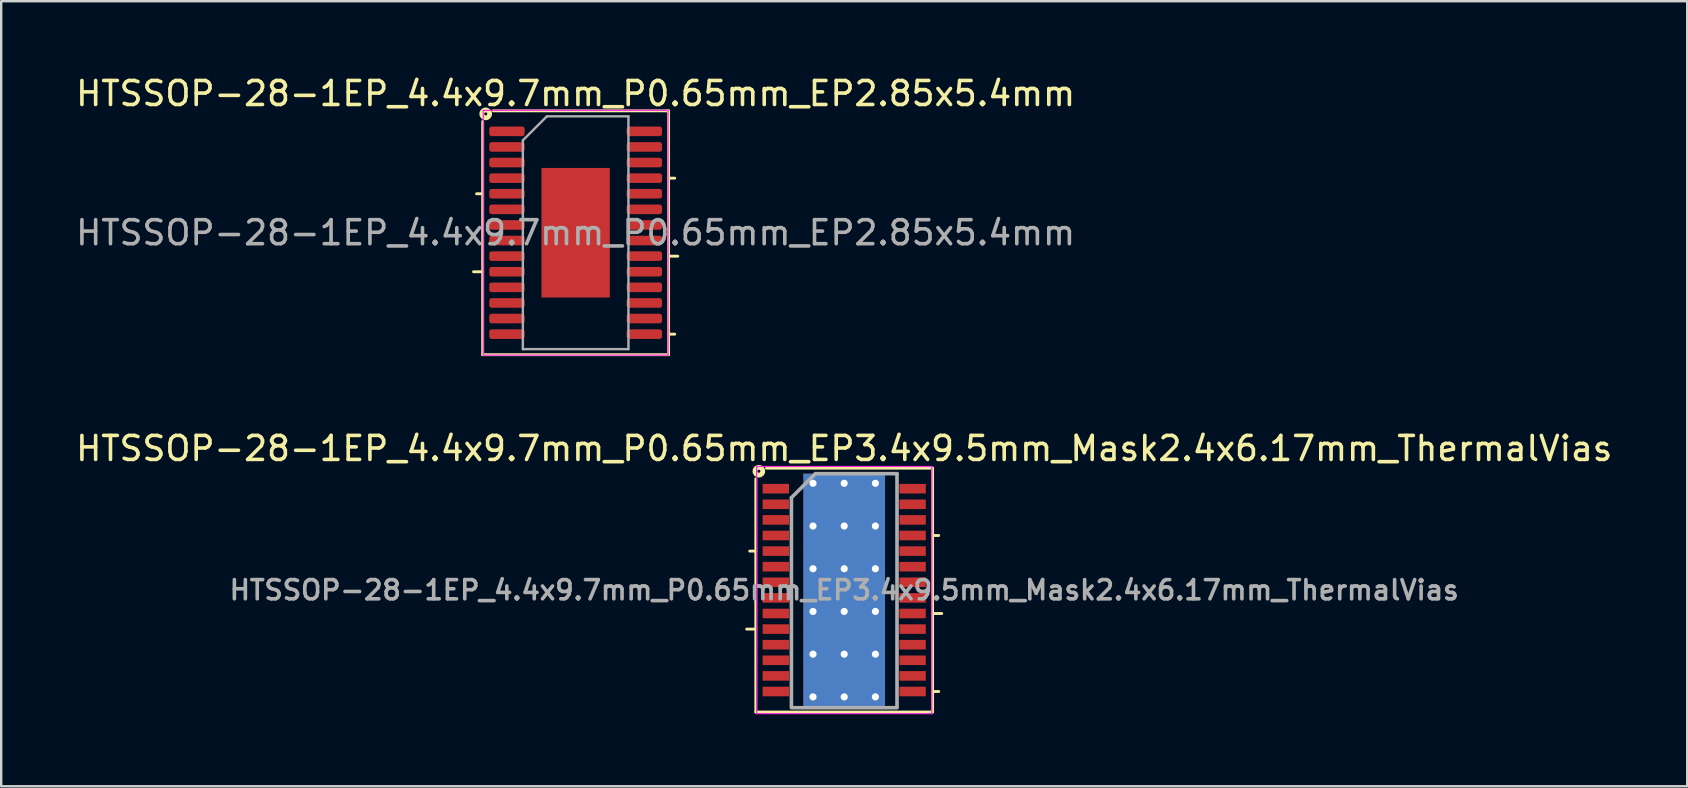
<source format=kicad_pcb>
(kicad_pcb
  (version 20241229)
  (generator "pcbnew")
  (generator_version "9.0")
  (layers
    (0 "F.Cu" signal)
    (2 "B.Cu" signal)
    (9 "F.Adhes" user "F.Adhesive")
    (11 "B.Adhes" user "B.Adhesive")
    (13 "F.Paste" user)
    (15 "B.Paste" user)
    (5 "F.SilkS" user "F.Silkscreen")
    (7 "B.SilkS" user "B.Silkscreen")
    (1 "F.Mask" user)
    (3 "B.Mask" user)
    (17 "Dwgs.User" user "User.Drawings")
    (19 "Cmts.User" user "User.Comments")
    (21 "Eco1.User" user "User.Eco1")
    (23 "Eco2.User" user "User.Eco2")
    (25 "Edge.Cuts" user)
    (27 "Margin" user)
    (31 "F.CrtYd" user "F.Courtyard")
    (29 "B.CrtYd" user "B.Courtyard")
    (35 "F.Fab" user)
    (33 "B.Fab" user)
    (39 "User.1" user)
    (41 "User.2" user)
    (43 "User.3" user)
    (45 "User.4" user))
  (footprint "HTSSOP-28-1EP_4.4x9.7mm_P0.65mm_EP3.4x9.5mm_Mask2.4x6.17mm_ThermalVias"
    (layer "F.Cu")
    (at 32.125 21.537)
    (property "Reference" "HTSSOP-28-1EP_4.4x9.7mm_P0.65mm_EP3.4x9.5mm_Mask2.4x6.17mm_ThermalVias" (at 0 -5.9 0) (layer "F.SilkS") (effects (font (size 1 1) (thickness 0.15))))
    (attr smd)
    (fp_line (start -3.683 -1.625) (end -3.937 -1.625) (stroke (width 0.12) (type solid)) (layer "F.SilkS"))
    (fp_line (start -3.683 1.625) (end -4.064 1.625) (stroke (width 0.12) (type solid)) (layer "F.SilkS"))
    (fp_line (start -3.683 5.08) (end -3.683 -4.636) (stroke (width 0.12) (type solid)) (layer "F.SilkS"))
    (fp_line (start -3.239 -5.08) (end 3.683 -5.08) (stroke (width 0.12) (type solid)) (layer "F.SilkS"))
    (fp_line (start 3.683 -5.08) (end 3.683 5.08) (stroke (width 0.12) (type solid)) (layer "F.SilkS"))
    (fp_line (start 3.683 -2.275) (end 3.937 -2.275) (stroke (width 0.12) (type solid)) (layer "F.SilkS"))
    (fp_line (start 3.683 0.975) (end 4.064 0.975) (stroke (width 0.12) (type solid)) (layer "F.SilkS"))
    (fp_line (start 3.683 4.225) (end 3.937 4.225) (stroke (width 0.12) (type solid)) (layer "F.SilkS"))
    (fp_line (start 3.683 5.08) (end -3.683 5.08) (stroke (width 0.12) (type solid)) (layer "F.SilkS"))
    (fp_circle (center -3.556 -4.953) (end -3.493 -4.953) (stroke (width 0.2) (type solid)) (fill no) (layer "F.SilkS"))
    (fp_line (start -3.65 -5.15) (end -3.65 5.15) (stroke (width 0.05) (type solid)) (layer "F.CrtYd"))
    (fp_line (start -3.65 -5.15) (end 3.65 -5.15) (stroke (width 0.05) (type solid)) (layer "F.CrtYd"))
    (fp_line (start -3.65 5.15) (end 3.65 5.15) (stroke (width 0.05) (type solid)) (layer "F.CrtYd"))
    (fp_line (start 3.65 -5.15) (end 3.65 5.15) (stroke (width 0.05) (type solid)) (layer "F.CrtYd"))
    (fp_line (start -2.2 -3.85) (end -1.2 -4.85) (stroke (width 0.15) (type solid)) (layer "F.Fab"))
    (fp_line (start -2.2 4.85) (end -2.2 -3.85) (stroke (width 0.15) (type solid)) (layer "F.Fab"))
    (fp_line (start -1.2 -4.85) (end 2.2 -4.85) (stroke (width 0.15) (type solid)) (layer "F.Fab"))
    (fp_line (start 2.2 -4.85) (end 2.2 4.85) (stroke (width 0.15) (type solid)) (layer "F.Fab"))
    (fp_line (start 2.2 4.901) (end -2.2 4.901) (stroke (width 0.15) (type solid)) (layer "F.Fab"))
    (fp_text user "${REFERENCE}" (at 0 0 0) (layer "F.Fab") (effects (font (size 0.8 0.8) (thickness 0.15))))
    (pad "" smd rect (at -0.6 -1.78) (size 0.9 1.4) (layers "F.Paste"))
    (pad "" smd rect (at -0.6 0) (size 0.9 1.4) (layers "F.Paste"))
    (pad "" smd rect (at -0.6 1.78) (size 0.9 1.4) (layers "F.Paste"))
    (pad "" smd rect (at 0 0) (size 2.4 6.17) (layers "F.Mask"))
    (pad "" smd rect (at 0.6 -1.78) (size 0.9 1.4) (layers "F.Paste"))
    (pad "" smd rect (at 0.6 0) (size 0.9 1.4) (layers "F.Paste"))
    (pad "" smd rect (at 0.6 1.78) (size 0.9 1.4) (layers "F.Paste"))
    (pad "1" smd rect (at -2.85 -4.225) (size 1.1 0.4) (layers "F.Cu" "F.Mask" "F.Paste"))
    (pad "2" smd rect (at -2.85 -3.575) (size 1.1 0.4) (layers "F.Cu" "F.Mask" "F.Paste"))
    (pad "3" smd rect (at -2.85 -2.925) (size 1.1 0.4) (layers "F.Cu" "F.Mask" "F.Paste"))
    (pad "4" smd rect (at -2.85 -2.275) (size 1.1 0.4) (layers "F.Cu" "F.Mask" "F.Paste"))
    (pad "5" smd rect (at -2.85 -1.625) (size 1.1 0.4) (layers "F.Cu" "F.Mask" "F.Paste"))
    (pad "6" smd rect (at -2.85 -0.975) (size 1.1 0.4) (layers "F.Cu" "F.Mask" "F.Paste"))
    (pad "7" smd rect (at -2.85 -0.325) (size 1.1 0.4) (layers "F.Cu" "F.Mask" "F.Paste"))
    (pad "8" smd rect (at -2.85 0.325) (size 1.1 0.4) (layers "F.Cu" "F.Mask" "F.Paste"))
    (pad "9" smd rect (at -2.85 0.975) (size 1.1 0.4) (layers "F.Cu" "F.Mask" "F.Paste"))
    (pad "10" smd rect (at -2.85 1.625) (size 1.1 0.4) (layers "F.Cu" "F.Mask" "F.Paste"))
    (pad "11" smd rect (at -2.85 2.275) (size 1.1 0.4) (layers "F.Cu" "F.Mask" "F.Paste"))
    (pad "12" smd rect (at -2.85 2.925) (size 1.1 0.4) (layers "F.Cu" "F.Mask" "F.Paste"))
    (pad "13" smd rect (at -2.85 3.575) (size 1.1 0.4) (layers "F.Cu" "F.Mask" "F.Paste"))
    (pad "14" smd rect (at -2.85 4.225) (size 1.1 0.4) (layers "F.Cu" "F.Mask" "F.Paste"))
    (pad "15" smd rect (at 2.85 4.225) (size 1.1 0.4) (layers "F.Cu" "F.Mask" "F.Paste"))
    (pad "16" smd rect (at 2.85 3.575) (size 1.1 0.4) (layers "F.Cu" "F.Mask" "F.Paste"))
    (pad "17" smd rect (at 2.85 2.925) (size 1.1 0.4) (layers "F.Cu" "F.Mask" "F.Paste"))
    (pad "18" smd rect (at 2.85 2.275) (size 1.1 0.4) (layers "F.Cu" "F.Mask" "F.Paste"))
    (pad "19" smd rect (at 2.85 1.625) (size 1.1 0.4) (layers "F.Cu" "F.Mask" "F.Paste"))
    (pad "20" smd rect (at 2.85 0.975) (size 1.1 0.4) (layers "F.Cu" "F.Mask" "F.Paste"))
    (pad "21" smd rect (at 2.85 0.325) (size 1.1 0.4) (layers "F.Cu" "F.Mask" "F.Paste"))
    (pad "22" smd rect (at 2.85 -0.325) (size 1.1 0.4) (layers "F.Cu" "F.Mask" "F.Paste"))
    (pad "23" smd rect (at 2.85 -0.975) (size 1.1 0.4) (layers "F.Cu" "F.Mask" "F.Paste"))
    (pad "24" smd rect (at 2.85 -1.625) (size 1.1 0.4) (layers "F.Cu" "F.Mask" "F.Paste"))
    (pad "25" smd rect (at 2.85 -2.275) (size 1.1 0.4) (layers "F.Cu" "F.Mask" "F.Paste"))
    (pad "26" smd rect (at 2.85 -2.925) (size 1.1 0.4) (layers "F.Cu" "F.Mask" "F.Paste"))
    (pad "27" smd rect (at 2.85 -3.575) (size 1.1 0.4) (layers "F.Cu" "F.Mask" "F.Paste"))
    (pad "28" smd rect (at 2.85 -4.225) (size 1.1 0.4) (layers "F.Cu" "F.Mask" "F.Paste"))
    (pad "29" thru_hole circle (at -1.3 -4.45) (size 0.6 0.6) (drill 0.3) (layers "*.Cu"))
    (pad "29" thru_hole circle (at -1.3 -2.67) (size 0.6 0.6) (drill 0.3) (layers "*.Cu"))
    (pad "29" thru_hole circle (at -1.3 -0.89) (size 0.6 0.6) (drill 0.3) (layers "*.Cu"))
    (pad "29" thru_hole circle (at -1.3 0.89) (size 0.6 0.6) (drill 0.3) (layers "*.Cu"))
    (pad "29" thru_hole circle (at -1.3 2.67) (size 0.6 0.6) (drill 0.3) (layers "*.Cu"))
    (pad "29" thru_hole circle (at -1.3 4.45) (size 0.6 0.6) (drill 0.3) (layers "*.Cu"))
    (pad "29" thru_hole circle (at 0 -4.45) (size 0.6 0.6) (drill 0.3) (layers "*.Cu"))
    (pad "29" thru_hole circle (at 0 -2.67) (size 0.6 0.6) (drill 0.3) (layers "*.Cu"))
    (pad "29" thru_hole circle (at 0 -0.89) (size 0.6 0.6) (drill 0.3) (layers "*.Cu"))
    (pad "29" smd rect (at 0 0) (size 3.4 9.7) (layers "F.Cu"))
    (pad "29" smd rect (at 0 0) (size 3.4 9.7) (layers "B.Cu" "B.Mask"))
    (pad "29" thru_hole circle (at 0 0.89) (size 0.6 0.6) (drill 0.3) (layers "*.Cu"))
    (pad "29" thru_hole circle (at 0 2.67) (size 0.6 0.6) (drill 0.3) (layers "*.Cu"))
    (pad "29" thru_hole circle (at 0 4.45) (size 0.6 0.6) (drill 0.3) (layers "*.Cu"))
    (pad "29" thru_hole circle (at 1.3 -4.45) (size 0.6 0.6) (drill 0.3) (layers "*.Cu"))
    (pad "29" thru_hole circle (at 1.3 -2.67) (size 0.6 0.6) (drill 0.3) (layers "*.Cu"))
    (pad "29" thru_hole circle (at 1.3 -0.89) (size 0.6 0.6) (drill 0.3) (layers "*.Cu"))
    (pad "29" thru_hole circle (at 1.3 0.89) (size 0.6 0.6) (drill 0.3) (layers "*.Cu"))
    (pad "29" thru_hole circle (at 1.3 2.67) (size 0.6 0.6) (drill 0.3) (layers "*.Cu"))
    (pad "29" thru_hole circle (at 1.3 4.45) (size 0.6 0.6) (drill 0.3) (layers "*.Cu")))
  (footprint "HTSSOP-28-1EP_4.4x9.7mm_P0.65mm_EP2.85x5.4mm"
    (layer "F.Cu")
    (at 20.935 6.648)
    (property "Reference" "HTSSOP-28-1EP_4.4x9.7mm_P0.65mm_EP2.85x5.4mm" (at 0 -5.8 0) (layer "F.SilkS") (effects (font (size 1 1) (thickness 0.15))))
    (attr smd)
    (fp_line (start -3.873 -1.625) (end -4.128 -1.625) (stroke (width 0.12) (type solid)) (layer "F.SilkS"))
    (fp_line (start -3.873 1.625) (end -4.255 1.625) (stroke (width 0.12) (type solid)) (layer "F.SilkS"))
    (fp_line (start -3.873 5.08) (end -3.873 -4.636) (stroke (width 0.12) (type solid)) (layer "F.SilkS"))
    (fp_line (start -3.429 -5.08) (end 3.81 -5.08) (stroke (width 0.12) (type solid)) (layer "F.SilkS"))
    (fp_line (start 3.81 -5.08) (end 3.873 -5.08) (stroke (width 0.12) (type solid)) (layer "F.SilkS"))
    (fp_line (start 3.873 -5.08) (end 3.873 5.08) (stroke (width 0.12) (type solid)) (layer "F.SilkS"))
    (fp_line (start 3.873 -2.275) (end 4.128 -2.275) (stroke (width 0.12) (type solid)) (layer "F.SilkS"))
    (fp_line (start 3.873 0.975) (end 4.255 0.975) (stroke (width 0.12) (type solid)) (layer "F.SilkS"))
    (fp_line (start 3.873 4.225) (end 4.128 4.225) (stroke (width 0.12) (type solid)) (layer "F.SilkS"))
    (fp_line (start 3.873 5.08) (end -3.873 5.08) (stroke (width 0.12) (type solid)) (layer "F.SilkS"))
    (fp_circle (center -3.747 -4.953) (end -3.683 -4.953) (stroke (width 0.2) (type solid)) (fill no) (layer "F.SilkS"))
    (fp_line (start -3.85 -5.1) (end -3.85 5.1) (stroke (width 0.05) (type solid)) (layer "F.CrtYd"))
    (fp_line (start -3.85 5.1) (end 3.85 5.1) (stroke (width 0.05) (type solid)) (layer "F.CrtYd"))
    (fp_line (start 3.85 -5.1) (end -3.85 -5.1) (stroke (width 0.05) (type solid)) (layer "F.CrtYd"))
    (fp_line (start 3.85 5.1) (end 3.85 -5.1) (stroke (width 0.05) (type solid)) (layer "F.CrtYd"))
    (fp_line (start -2.2 -3.85) (end -1.2 -4.85) (stroke (width 0.1) (type solid)) (layer "F.Fab"))
    (fp_line (start -2.2 4.85) (end -2.2 -3.85) (stroke (width 0.1) (type solid)) (layer "F.Fab"))
    (fp_line (start -1.2 -4.85) (end 2.2 -4.85) (stroke (width 0.1) (type solid)) (layer "F.Fab"))
    (fp_line (start 2.2 -4.85) (end 2.2 4.85) (stroke (width 0.1) (type solid)) (layer "F.Fab"))
    (fp_line (start 2.2 4.85) (end -2.2 4.85) (stroke (width 0.1) (type solid)) (layer "F.Fab"))
    (fp_text user "${REFERENCE}" (at 0 0 0) (layer "F.Fab") (effects (font (size 1 1) (thickness 0.15))))
    (pad "" smd roundrect (at 0 0) (size 2.3 4.35) (layers "F.Paste") (roundrect_rratio 0.109))
    (pad "1" smd roundrect (at -2.862 -4.225) (size 1.475 0.4) (layers "F.Cu" "F.Mask" "F.Paste") (roundrect_rratio 0.25))
    (pad "2" smd roundrect (at -2.862 -3.575) (size 1.475 0.4) (layers "F.Cu" "F.Mask" "F.Paste") (roundrect_rratio 0.25))
    (pad "3" smd roundrect (at -2.862 -2.925) (size 1.475 0.4) (layers "F.Cu" "F.Mask" "F.Paste") (roundrect_rratio 0.25))
    (pad "4" smd roundrect (at -2.862 -2.275) (size 1.475 0.4) (layers "F.Cu" "F.Mask" "F.Paste") (roundrect_rratio 0.25))
    (pad "5" smd roundrect (at -2.862 -1.625) (size 1.475 0.4) (layers "F.Cu" "F.Mask" "F.Paste") (roundrect_rratio 0.25))
    (pad "6" smd roundrect (at -2.862 -0.975) (size 1.475 0.4) (layers "F.Cu" "F.Mask" "F.Paste") (roundrect_rratio 0.25))
    (pad "7" smd roundrect (at -2.862 -0.325) (size 1.475 0.4) (layers "F.Cu" "F.Mask" "F.Paste") (roundrect_rratio 0.25))
    (pad "8" smd roundrect (at -2.862 0.325) (size 1.475 0.4) (layers "F.Cu" "F.Mask" "F.Paste") (roundrect_rratio 0.25))
    (pad "9" smd roundrect (at -2.862 0.975) (size 1.475 0.4) (layers "F.Cu" "F.Mask" "F.Paste") (roundrect_rratio 0.25))
    (pad "10" smd roundrect (at -2.862 1.625) (size 1.475 0.4) (layers "F.Cu" "F.Mask" "F.Paste") (roundrect_rratio 0.25))
    (pad "11" smd roundrect (at -2.862 2.275) (size 1.475 0.4) (layers "F.Cu" "F.Mask" "F.Paste") (roundrect_rratio 0.25))
    (pad "12" smd roundrect (at -2.862 2.925) (size 1.475 0.4) (layers "F.Cu" "F.Mask" "F.Paste") (roundrect_rratio 0.25))
    (pad "13" smd roundrect (at -2.862 3.575) (size 1.475 0.4) (layers "F.Cu" "F.Mask" "F.Paste") (roundrect_rratio 0.25))
    (pad "14" smd roundrect (at -2.862 4.225) (size 1.475 0.4) (layers "F.Cu" "F.Mask" "F.Paste") (roundrect_rratio 0.25))
    (pad "15" smd roundrect (at 2.862 4.225) (size 1.475 0.4) (layers "F.Cu" "F.Mask" "F.Paste") (roundrect_rratio 0.25))
    (pad "16" smd roundrect (at 2.862 3.575) (size 1.475 0.4) (layers "F.Cu" "F.Mask" "F.Paste") (roundrect_rratio 0.25))
    (pad "17" smd roundrect (at 2.862 2.925) (size 1.475 0.4) (layers "F.Cu" "F.Mask" "F.Paste") (roundrect_rratio 0.25))
    (pad "18" smd roundrect (at 2.862 2.275) (size 1.475 0.4) (layers "F.Cu" "F.Mask" "F.Paste") (roundrect_rratio 0.25))
    (pad "19" smd roundrect (at 2.862 1.625) (size 1.475 0.4) (layers "F.Cu" "F.Mask" "F.Paste") (roundrect_rratio 0.25))
    (pad "20" smd roundrect (at 2.862 0.975) (size 1.475 0.4) (layers "F.Cu" "F.Mask" "F.Paste") (roundrect_rratio 0.25))
    (pad "21" smd roundrect (at 2.862 0.325) (size 1.475 0.4) (layers "F.Cu" "F.Mask" "F.Paste") (roundrect_rratio 0.25))
    (pad "22" smd roundrect (at 2.862 -0.325) (size 1.475 0.4) (layers "F.Cu" "F.Mask" "F.Paste") (roundrect_rratio 0.25))
    (pad "23" smd roundrect (at 2.862 -0.975) (size 1.475 0.4) (layers "F.Cu" "F.Mask" "F.Paste") (roundrect_rratio 0.25))
    (pad "24" smd roundrect (at 2.862 -1.625) (size 1.475 0.4) (layers "F.Cu" "F.Mask" "F.Paste") (roundrect_rratio 0.25))
    (pad "25" smd roundrect (at 2.862 -2.275) (size 1.475 0.4) (layers "F.Cu" "F.Mask" "F.Paste") (roundrect_rratio 0.25))
    (pad "26" smd roundrect (at 2.862 -2.925) (size 1.475 0.4) (layers "F.Cu" "F.Mask" "F.Paste") (roundrect_rratio 0.25))
    (pad "27" smd roundrect (at 2.862 -3.575) (size 1.475 0.4) (layers "F.Cu" "F.Mask" "F.Paste") (roundrect_rratio 0.25))
    (pad "28" smd roundrect (at 2.862 -4.225) (size 1.475 0.4) (layers "F.Cu" "F.Mask" "F.Paste") (roundrect_rratio 0.25))
    (pad "29" smd rect (at 0 0) (size 2.85 5.4) (layers "F.Cu" "F.Mask")))
  (gr_rect
    (start -3 -3)
    (end 67.25 29.712)
    (stroke (width 0.1) (type default))
    (fill no)
    (layer "Edge.Cuts")))
</source>
